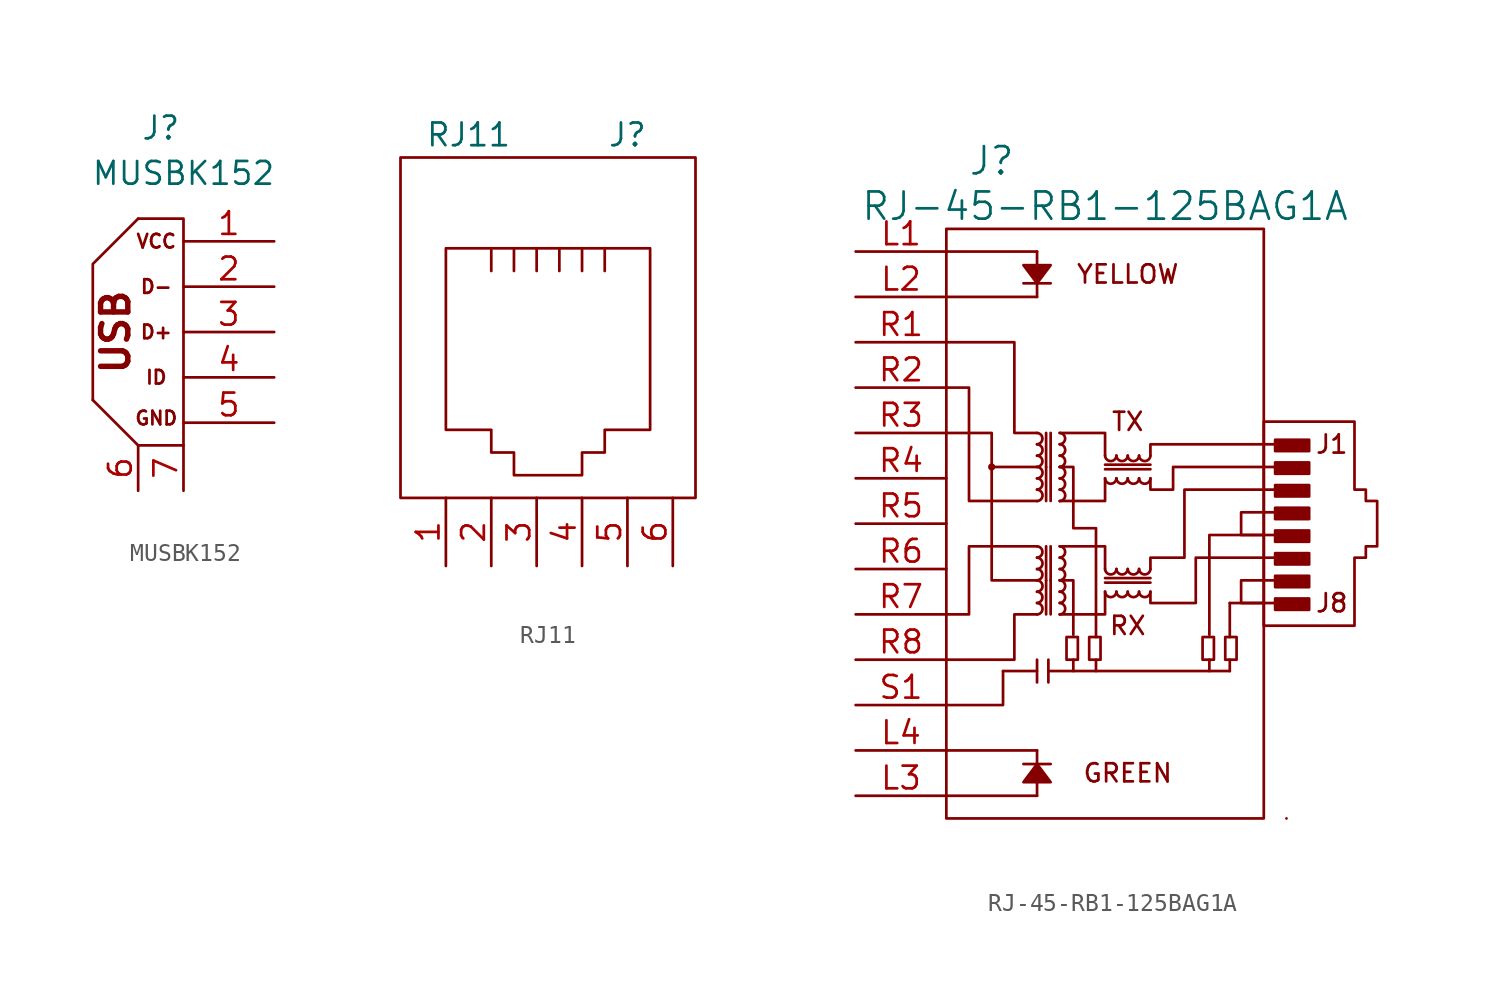
<source format=kicad_sym>
(kicad_symbol_lib
  (version 20231120)
  (generator "kicad_symbol_editor")
  (generator_version "8.0")
  (symbol "MUSBK152"
    (pin_names
      (offset 1.016) hide)
    (property "Reference" "J"
      (at -1.27 11.43 0)
      (effects (font (size 1.27 1.27))))
    (property "Value" "MUSBK152"
      (at 0 8.89 0)
      (effects (font (size 1.27 1.27))))
    (symbol "MUSBK152_0_0"
      (text "D+" (at -1.524 0 0) (effects (font (size 0.762 0.762))))
      (text "D-" (at -1.524 2.54 0) (effects (font (size 0.762 0.762))))
      (text "GND" (at -1.524 -4.826 0) (effects (font (size 0.762 0.762))))
      (text "ID" (at -1.524 -2.54 0) (effects (font (size 0.762 0.762))))
      (text "VCC" (at -1.524 5.08 0) (effects (font (size 0.762 0.762)))))
    (symbol "MUSBK152_1_1"
      (polyline (pts (xy -2.54 6.35) (xy -5.08 3.81) (xy -5.08 -3.81)) (stroke (width 0) (type default)) (fill (type none)))
      (polyline (pts (xy -2.54 6.35) (xy 0 6.35) (xy 0 -3.81) (xy 0 -6.35) (xy -2.54 -6.35) (xy -5.08 -3.81)) (stroke (width 0) (type default)) (fill (type none)))
      (text "USB" (at -3.81 0 900) (effects (font (size 1.524 1.524) (bold yes))))
      (pin input line (at 5.08 5.08 180) (length 5.08) (name "~" (effects (font (size 1.27 1.27)))) (number "1" (effects (font (size 1.27 1.27)))))
      (pin input line (at 5.08 2.54 180) (length 5.08) (name "~" (effects (font (size 1.27 1.27)))) (number "2" (effects (font (size 1.27 1.27)))))
      (pin input line (at 5.08 0 180) (length 5.08) (name "~" (effects (font (size 1.27 1.27)))) (number "3" (effects (font (size 1.27 1.27)))))
      (pin input line (at 5.08 -2.54 180) (length 5.08) (name "~" (effects (font (size 1.27 1.27)))) (number "4" (effects (font (size 1.27 1.27)))))
      (pin input line (at 5.08 -5.08 180) (length 5.08) (name "~" (effects (font (size 1.27 1.27)))) (number "5" (effects (font (size 1.27 1.27)))))
      (pin input line (at -2.54 -8.89 90) (length 2.54) (name "SH" (effects (font (size 1.27 1.27)))) (number "6" (effects (font (size 1.27 1.27)))))
      (pin input line (at 0 -8.89 90) (length 2.54) (name "SH" (effects (font (size 1.27 1.27)))) (number "7" (effects (font (size 1.27 1.27)))))))
  (symbol "RJ11"
    (pin_names
      (offset 1.016))
    (property "Reference" "J"
      (at 5.08 12.7 0)
      (effects (font (size 1.27 1.27))))
    (property "Value" "RJ11"
      (at -3.81 12.7 0)
      (effects (font (size 1.27 1.27))))
    (property "Footprint" ""
      (at 0 0 0)
      (effects (font (size 1.27 1.27))))
    (property "Datasheet" ""
      (at 0 0 0)
      (effects (font (size 1.27 1.27))))
    (symbol "RJ11_0_1"
      (polyline (pts (xy -2.54 6.35) (xy -2.54 5.08) (xy -2.54 5.08)) (stroke (width 0) (type default)) (fill (type none)))
      (polyline (pts (xy -1.27 6.35) (xy -1.27 5.08) (xy -1.27 5.08)) (stroke (width 0) (type default)) (fill (type none)))
      (polyline (pts (xy 0 6.35) (xy 0 5.08) (xy 0 5.08)) (stroke (width 0) (type default)) (fill (type none)))
      (polyline (pts (xy 1.27 6.35) (xy 1.27 5.08) (xy 1.27 5.08)) (stroke (width 0) (type default)) (fill (type none)))
      (polyline (pts (xy 2.54 6.35) (xy 2.54 5.08) (xy 2.54 5.08)) (stroke (width 0) (type default)) (fill (type none)))
      (polyline (pts (xy 3.81 5.08) (xy 3.81 6.35) (xy 3.81 6.35)) (stroke (width 0) (type default)) (fill (type none)))
      (polyline (pts (xy -5.08 6.35) (xy 6.35 6.35) (xy 6.35 -3.81) (xy 3.81 -3.81) (xy 3.81 -5.08) (xy 2.54 -5.08) (xy 2.54 -6.35) (xy -1.27 -6.35) (xy -1.27 -5.08) (xy -2.54 -5.08) (xy -2.54 -3.81) (xy -5.08 -3.81) (xy -5.08 6.35) (xy -5.08 6.35)) (stroke (width 0) (type default)) (fill (type none)))
      (rectangle (start 8.89 -7.62) (end -7.62 11.43) (stroke (width 0) (type default)) (fill (type none))))
    (symbol "RJ11_1_1"
      (pin passive line (at -5.08 -11.43 90) (length 3.81) (name "~" (effects (font (size 1.27 1.27)))) (number "1" (effects (font (size 1.27 1.27)))))
      (pin passive line (at -2.54 -11.43 90) (length 3.81) (name "~" (effects (font (size 1.27 1.27)))) (number "2" (effects (font (size 1.27 1.27)))))
      (pin passive line (at 0 -11.43 90) (length 3.81) (name "~" (effects (font (size 1.27 1.27)))) (number "3" (effects (font (size 1.27 1.27)))))
      (pin passive line (at 2.54 -11.43 90) (length 3.81) (name "~" (effects (font (size 1.27 1.27)))) (number "4" (effects (font (size 1.27 1.27)))))
      (pin passive line (at 5.08 -11.43 90) (length 3.81) (name "~" (effects (font (size 1.27 1.27)))) (number "5" (effects (font (size 1.27 1.27)))))
      (pin passive line (at 7.62 -11.43 90) (length 3.81) (name "~" (effects (font (size 1.27 1.27)))) (number "6" (effects (font (size 1.27 1.27)))))))
  (symbol "RJ-45-RB1-125BAG1A"
    (pin_names
      (offset 1.016) hide)
    (property "Reference" "J"
      (at -6.35 20.32 0)
      (effects (font (size 1.524 1.524))))
    (property "Value" "RJ-45-RB1-125BAG1A"
      (at 0 17.78 0)
      (effects (font (size 1.524 1.524))))
    (property "Footprint" ""
      (at -6.35 -0.635 0)
      (effects (font (size 1.524 1.524))))
    (property "Datasheet" ""
      (at -6.35 -0.635 0)
      (effects (font (size 1.524 1.524))))
    (symbol "RJ-45-RB1-125BAG1A_0_0"
      (rectangle (start -8.89 16.51) (end 8.89 -16.51) (stroke (width 0) (type default)) (fill (type none)))
      (polyline (pts (xy -8.89 -15.24) (xy -3.81 -15.24)) (stroke (width 0) (type default)) (fill (type none)))
      (polyline (pts (xy -8.89 -12.7) (xy -3.81 -12.7)) (stroke (width 0) (type default)) (fill (type none)))
      (polyline (pts (xy -8.89 15.24) (xy -3.81 15.24)) (stroke (width 0) (type default)) (fill (type none)))
      (polyline (pts (xy -3.81 -15.24) (xy -3.81 -12.7)) (stroke (width 0) (type default)) (fill (type none)))
      (polyline (pts (xy -3.81 12.7) (xy -8.89 12.7)) (stroke (width 0) (type default)) (fill (type none)))
      (polyline (pts (xy -3.81 15.24) (xy -3.81 12.7)) (stroke (width 0) (type default)) (fill (type none)))
      (polyline (pts (xy -3.048 -13.462) (xy -4.572 -13.462)) (stroke (width 0) (type default)) (fill (type none)))
      (polyline (pts (xy -3.048 13.462) (xy -4.572 13.462)) (stroke (width 0) (type default)) (fill (type none)))
      (polyline (pts (xy 8.89 -4.445) (xy 6.985 -4.445)) (stroke (width 0) (type default)) (fill (type none)))
      (polyline (pts (xy -3.048 -14.478) (xy -4.572 -14.478) (xy -3.81 -13.462) (xy -3.048 -14.478)) (stroke (width 0) (type default)) (fill (type outline)))
      (polyline (pts (xy -3.048 14.478) (xy -4.572 14.478) (xy -3.81 13.462) (xy -3.048 14.478)) (stroke (width 0) (type default)) (fill (type outline)))
      (polyline (pts (xy 8.89 5.715) (xy 13.97 5.715) (xy 13.97 1.905) (xy 14.605 1.905) (xy 14.605 1.27) (xy 15.24 1.27) (xy 15.24 -1.27) (xy 14.605 -1.27) (xy 14.605 -1.905) (xy 13.97 -1.905) (xy 13.97 -5.715) (xy 8.89 -5.715) (xy 8.89 5.715)) (stroke (width 0) (type default)) (fill (type none)))
      (rectangle (start 10.16 -16.51) (end 10.16 -16.51) (stroke (width 0) (type default)) (fill (type none)))
      (text "GREEN" (at 1.27 -13.97 0) (effects (font (size 1.016 1.016))))
      (text "J1" (at 12.7 4.445 0) (effects (font (size 1.016 1.016))))
      (text "J8" (at 12.7 -4.445 0) (effects (font (size 1.016 1.016))))
      (text "RX" (at 1.27 -5.715 0) (effects (font (size 1.016 1.016))))
      (text "TX" (at 1.27 5.715 0) (effects (font (size 1.016 1.016))))
      (text "YELLOW" (at 1.27 13.97 0) (effects (font (size 1.016 1.016)))))
    (symbol "RJ-45-RB1-125BAG1A_0_1"
      (circle (center -6.35 3.175) (radius 0.127) (stroke (width 0) (type default)) (fill (type none)))
      (arc (start -3.81 -5.08) (mid -3.5052 -4.7752) (end -3.81 -4.445) (stroke (width 0) (type default)) (fill (type none)))
      (arc (start -3.81 -4.445) (mid -3.5052 -4.1402) (end -3.81 -3.81) (stroke (width 0) (type default)) (fill (type none)))
      (arc (start -3.81 -3.81) (mid -3.5052 -3.5052) (end -3.81 -3.175) (stroke (width 0) (type default)) (fill (type none)))
      (arc (start -3.81 -3.175) (mid -3.5052 -2.8702) (end -3.81 -2.54) (stroke (width 0) (type default)) (fill (type none)))
      (arc (start -3.81 -2.54) (mid -3.5052 -2.2352) (end -3.81 -1.905) (stroke (width 0) (type default)) (fill (type none)))
      (arc (start -3.81 -1.905) (mid -3.5052 -1.6002) (end -3.81 -1.27) (stroke (width 0) (type default)) (fill (type none)))
      (arc (start -3.81 1.27) (mid -3.5052 1.5748) (end -3.81 1.905) (stroke (width 0) (type default)) (fill (type none)))
      (arc (start -3.81 1.905) (mid -3.5052 2.2098) (end -3.81 2.54) (stroke (width 0) (type default)) (fill (type none)))
      (arc (start -3.81 2.54) (mid -3.5052 2.8448) (end -3.81 3.175) (stroke (width 0) (type default)) (fill (type none)))
      (arc (start -3.81 3.175) (mid -3.5052 3.4798) (end -3.81 3.81) (stroke (width 0) (type default)) (fill (type none)))
      (arc (start -3.81 3.81) (mid -3.5052 4.1148) (end -3.81 4.445) (stroke (width 0) (type default)) (fill (type none)))
      (arc (start -3.81 4.445) (mid -3.5052 4.7498) (end -3.81 5.08) (stroke (width 0) (type default)) (fill (type none)))
      (arc (start -2.54 -5.08) (mid -2.2349 -4.7625) (end -2.54 -4.445) (stroke (width 0) (type default)) (fill (type none)))
      (arc (start -2.54 -4.445) (mid -2.2349 -4.1275) (end -2.54 -3.81) (stroke (width 0) (type default)) (fill (type none)))
      (arc (start -2.54 -3.81) (mid -2.2349 -3.4925) (end -2.54 -3.175) (stroke (width 0) (type default)) (fill (type none)))
      (arc (start -2.54 -3.175) (mid -2.2349 -2.8575) (end -2.54 -2.54) (stroke (width 0) (type default)) (fill (type none)))
      (arc (start -2.54 -2.54) (mid -2.2349 -2.2225) (end -2.54 -1.905) (stroke (width 0) (type default)) (fill (type none)))
      (arc (start -2.54 -1.905) (mid -2.2349 -1.5875) (end -2.54 -1.27) (stroke (width 0) (type default)) (fill (type none)))
      (arc (start -2.54 1.27) (mid -2.2349 1.5875) (end -2.54 1.905) (stroke (width 0) (type default)) (fill (type none)))
      (arc (start -2.54 1.905) (mid -2.2349 2.2225) (end -2.54 2.54) (stroke (width 0) (type default)) (fill (type none)))
      (arc (start -2.54 2.54) (mid -2.2349 2.8575) (end -2.54 3.175) (stroke (width 0) (type default)) (fill (type none)))
      (arc (start -2.54 3.175) (mid -2.2349 3.4925) (end -2.54 3.81) (stroke (width 0) (type default)) (fill (type none)))
      (arc (start -2.54 3.81) (mid -2.2349 4.1275) (end -2.54 4.445) (stroke (width 0) (type default)) (fill (type none)))
      (arc (start -2.54 4.445) (mid -2.2349 4.7625) (end -2.54 5.08) (stroke (width 0) (type default)) (fill (type none)))
      (rectangle (start -2.159 -6.35) (end -1.524 -7.62) (stroke (width 0) (type default)) (fill (type none)))
      (rectangle (start -0.889 -6.35) (end -0.254 -7.62) (stroke (width 0) (type default)) (fill (type none)))
      (arc (start 0 -3.81) (mid 0.3175 -4.1151) (end 0.635 -3.81) (stroke (width 0) (type default)) (fill (type none)))
      (arc (start 0 -2.54) (mid 0.3048 -2.8448) (end 0.635 -2.54) (stroke (width 0) (type default)) (fill (type none)))
      (polyline (pts (xy -3.81 -8.89) (xy -3.81 -7.62)) (stroke (width 0) (type default)) (fill (type none)))
      (polyline (pts (xy -3.81 -8.255) (xy -5.715 -8.255)) (stroke (width 0) (type default)) (fill (type none)))
      (polyline (pts (xy -3.81 3.175) (xy -6.35 3.175)) (stroke (width 0) (type default)) (fill (type none)))
      (polyline (pts (xy -3.302 -5.08) (xy -3.302 -3.175)) (stroke (width 0) (type default)) (fill (type none)))
      (polyline (pts (xy -3.302 -3.175) (xy -3.302 -1.27)) (stroke (width 0) (type default)) (fill (type none)))
      (polyline (pts (xy -3.302 1.27) (xy -3.302 3.175)) (stroke (width 0) (type default)) (fill (type none)))
      (polyline (pts (xy -3.302 3.175) (xy -3.302 5.08)) (stroke (width 0) (type default)) (fill (type none)))
      (polyline (pts (xy -3.175 -7.62) (xy -3.175 -8.89)) (stroke (width 0) (type default)) (fill (type none)))
      (polyline (pts (xy -3.048 -3.175) (xy -3.048 -5.08)) (stroke (width 0) (type default)) (fill (type none)))
      (polyline (pts (xy -3.048 -1.27) (xy -3.048 -3.175)) (stroke (width 0) (type default)) (fill (type none)))
      (polyline (pts (xy -3.048 3.175) (xy -3.048 1.27)) (stroke (width 0) (type default)) (fill (type none)))
      (polyline (pts (xy -3.048 5.08) (xy -3.048 3.175)) (stroke (width 0) (type default)) (fill (type none)))
      (polyline (pts (xy -1.778 -7.62) (xy -1.778 -8.255)) (stroke (width 0) (type default)) (fill (type none)))
      (polyline (pts (xy -0.508 -7.62) (xy -0.508 -8.255)) (stroke (width 0) (type default)) (fill (type none)))
      (polyline (pts (xy 0 -3.048) (xy 2.54 -3.048)) (stroke (width 0) (type default)) (fill (type none)))
      (polyline (pts (xy 0 3.302) (xy 2.54 3.302)) (stroke (width 0) (type default)) (fill (type none)))
      (polyline (pts (xy 2.54 -3.302) (xy 0 -3.302)) (stroke (width 0) (type default)) (fill (type none)))
      (polyline (pts (xy 2.54 3.048) (xy 0 3.048)) (stroke (width 0) (type default)) (fill (type none)))
      (polyline (pts (xy 5.842 -7.62) (xy 5.842 -8.255)) (stroke (width 0) (type default)) (fill (type none)))
      (polyline (pts (xy 6.985 -8.255) (xy -3.175 -8.255)) (stroke (width 0) (type default)) (fill (type none)))
      (polyline (pts (xy 6.985 -8.255) (xy 6.985 -7.62)) (stroke (width 0) (type default)) (fill (type none)))
      (polyline (pts (xy 6.985 -4.445) (xy 6.985 -6.35)) (stroke (width 0) (type default)) (fill (type none)))
      (polyline (pts (xy -8.89 -10.16) (xy -5.715 -10.16) (xy -5.715 -8.255)) (stroke (width 0) (type default)) (fill (type none)))
      (polyline (pts (xy -2.54 -5.08) (xy 0 -5.08) (xy 0 -3.81)) (stroke (width 0) (type default)) (fill (type none)))
      (polyline (pts (xy -2.54 -3.175) (xy -1.778 -3.175) (xy -1.778 -6.223)) (stroke (width 0) (type default)) (fill (type none)))
      (polyline (pts (xy -2.54 1.27) (xy 0 1.27) (xy 0 2.54)) (stroke (width 0) (type default)) (fill (type none)))
      (polyline (pts (xy 0 -2.54) (xy 0 -1.27) (xy -2.54 -1.27)) (stroke (width 0) (type default)) (fill (type none)))
      (polyline (pts (xy 0 3.81) (xy 0 5.08) (xy -2.54 5.08)) (stroke (width 0) (type default)) (fill (type none)))
      (polyline (pts (xy 2.54 3.81) (xy 2.54 4.445) (xy 10.795 4.445)) (stroke (width 0) (type default)) (fill (type none)))
      (polyline (pts (xy 5.842 -6.223) (xy 5.842 -0.635) (xy 8.89 -0.635)) (stroke (width 0) (type default)) (fill (type none)))
      (polyline (pts (xy -3.81 -5.08) (xy -5.08 -5.08) (xy -5.08 -7.62) (xy -8.89 -7.62)) (stroke (width 0) (type default)) (fill (type none)))
      (polyline (pts (xy -3.81 -3.175) (xy -6.35 -3.175) (xy -6.35 5.08) (xy -8.89 5.08)) (stroke (width 0) (type default)) (fill (type none)))
      (polyline (pts (xy -3.81 -1.27) (xy -7.62 -1.27) (xy -7.62 -5.08) (xy -8.89 -5.08)) (stroke (width 0) (type default)) (fill (type none)))
      (polyline (pts (xy -3.81 1.27) (xy -7.62 1.27) (xy -7.62 7.62) (xy -8.89 7.62)) (stroke (width 0) (type default)) (fill (type none)))
      (polyline (pts (xy -3.81 5.08) (xy -5.08 5.08) (xy -5.08 10.16) (xy -8.89 10.16)) (stroke (width 0) (type default)) (fill (type none)))
      (polyline (pts (xy 9.525 -3.175) (xy 7.62 -3.175) (xy 7.62 -4.445) (xy 9.525 -4.445)) (stroke (width 0) (type default)) (fill (type none)))
      (polyline (pts (xy -0.508 -6.35) (xy -0.508 -0.254) (xy -1.778 -0.254) (xy -1.778 3.175) (xy -2.54 3.175)) (stroke (width 0) (type default)) (fill (type none)))
      (polyline (pts (xy 2.54 -3.81) (xy 2.54 -4.445) (xy 5.08 -4.445) (xy 5.08 -1.905) (xy 10.795 -1.905)) (stroke (width 0) (type default)) (fill (type none)))
      (polyline (pts (xy 9.525 0.635) (xy 7.62 0.635) (xy 7.62 0) (xy 7.62 -0.635) (xy 9.525 -0.635)) (stroke (width 0) (type default)) (fill (type none)))
      (polyline (pts (xy 2.54 -2.54) (xy 2.54 -1.905) (xy 3.81 -1.905) (xy 4.445 -1.905) (xy 4.445 1.905) (xy 10.795 1.905)) (stroke (width 0) (type default)) (fill (type none)))
      (polyline (pts (xy 2.54 2.54) (xy 2.54 1.905) (xy 3.81 1.905) (xy 3.81 3.175) (xy 4.445 3.175) (xy 10.795 3.175)) (stroke (width 0) (type default)) (fill (type none)))
      (arc (start 0 2.54) (mid 0.3175 2.2349) (end 0.635 2.54) (stroke (width 0) (type default)) (fill (type none)))
      (arc (start 0 3.81) (mid 0.3048 3.5052) (end 0.635 3.81) (stroke (width 0) (type default)) (fill (type none)))
      (arc (start 0.635 -3.81) (mid 0.9525 -4.1151) (end 1.27 -3.81) (stroke (width 0) (type default)) (fill (type none)))
      (arc (start 0.635 -2.54) (mid 0.9398 -2.8448) (end 1.27 -2.54) (stroke (width 0) (type default)) (fill (type none)))
      (arc (start 0.635 2.54) (mid 0.9525 2.2349) (end 1.27 2.54) (stroke (width 0) (type default)) (fill (type none)))
      (arc (start 0.635 3.81) (mid 0.9398 3.5052) (end 1.27 3.81) (stroke (width 0) (type default)) (fill (type none)))
      (arc (start 1.27 -3.81) (mid 1.5875 -4.1151) (end 1.905 -3.81) (stroke (width 0) (type default)) (fill (type none)))
      (arc (start 1.27 -2.54) (mid 1.5748 -2.8448) (end 1.905 -2.54) (stroke (width 0) (type default)) (fill (type none)))
      (arc (start 1.27 2.54) (mid 1.5875 2.2349) (end 1.905 2.54) (stroke (width 0) (type default)) (fill (type none)))
      (arc (start 1.27 3.81) (mid 1.5748 3.5052) (end 1.905 3.81) (stroke (width 0) (type default)) (fill (type none)))
      (arc (start 1.905 -3.81) (mid 2.2225 -4.1151) (end 2.54 -3.81) (stroke (width 0) (type default)) (fill (type none)))
      (arc (start 1.905 -2.54) (mid 2.2098 -2.8448) (end 2.54 -2.54) (stroke (width 0) (type default)) (fill (type none)))
      (arc (start 1.905 2.54) (mid 2.2225 2.2349) (end 2.54 2.54) (stroke (width 0) (type default)) (fill (type none)))
      (arc (start 1.905 3.81) (mid 2.2098 3.5052) (end 2.54 3.81) (stroke (width 0) (type default)) (fill (type none)))
      (rectangle (start 5.461 -6.35) (end 6.096 -7.62) (stroke (width 0) (type default)) (fill (type none)))
      (rectangle (start 6.731 -6.35) (end 7.366 -7.62) (stroke (width 0) (type default)) (fill (type none)))
      (rectangle (start 9.525 -4.191) (end 11.43 -4.826) (stroke (width 0) (type default)) (fill (type outline)))
      (rectangle (start 9.525 -2.921) (end 11.43 -3.556) (stroke (width 0) (type default)) (fill (type outline)))
      (rectangle (start 9.525 -1.651) (end 11.43 -2.286) (stroke (width 0) (type default)) (fill (type outline)))
      (rectangle (start 9.525 -0.381) (end 11.43 -1.016) (stroke (width 0) (type default)) (fill (type outline)))
      (rectangle (start 9.525 0.889) (end 11.43 0.254) (stroke (width 0) (type default)) (fill (type outline)))
      (rectangle (start 9.525 2.159) (end 11.43 1.524) (stroke (width 0) (type default)) (fill (type outline)))
      (rectangle (start 9.525 3.429) (end 11.43 2.794) (stroke (width 0) (type default)) (fill (type outline)))
      (rectangle (start 9.525 4.699) (end 11.43 4.064) (stroke (width 0) (type default)) (fill (type outline))))
    (symbol "RJ-45-RB1-125BAG1A_1_1"
      (pin input line (at -13.97 15.24 0) (length 5.08) (name "LEDYA" (effects (font (size 1.27 1.27)))) (number "L1" (effects (font (size 1.27 1.27)))))
      (pin input line (at -13.97 12.7 0) (length 5.08) (name "LEDYK" (effects (font (size 1.27 1.27)))) (number "L2" (effects (font (size 1.27 1.27)))))
      (pin input line (at -13.97 -15.24 0) (length 5.08) (name "LEDGA" (effects (font (size 1.27 1.27)))) (number "L3" (effects (font (size 1.27 1.27)))))
      (pin input line (at -13.97 -12.7 0) (length 5.08) (name "LEDGK" (effects (font (size 1.27 1.27)))) (number "L4" (effects (font (size 1.27 1.27)))))
      (pin input line (at -13.97 10.16 0) (length 5.08) (name "T+" (effects (font (size 1.27 1.27)))) (number "R1" (effects (font (size 1.27 1.27)))))
      (pin input line (at -13.97 7.62 0) (length 5.08) (name "T-" (effects (font (size 1.27 1.27)))) (number "R2" (effects (font (size 1.27 1.27)))))
      (pin input line (at -13.97 5.08 0) (length 5.08) (name "CT" (effects (font (size 1.27 1.27)))) (number "R3" (effects (font (size 1.27 1.27)))))
      (pin input line (at -13.97 2.54 0) (length 5.08) (name "NC" (effects (font (size 1.27 1.27)))) (number "R4" (effects (font (size 1.27 1.27)))))
      (pin input line (at -13.97 0 0) (length 5.08) (name "NC" (effects (font (size 1.27 1.27)))) (number "R5" (effects (font (size 1.27 1.27)))))
      (pin input line (at -13.97 -2.54 0) (length 5.08) (name "NC" (effects (font (size 1.27 1.27)))) (number "R6" (effects (font (size 1.27 1.27)))))
      (pin input line (at -13.97 -5.08 0) (length 5.08) (name "R+" (effects (font (size 1.27 1.27)))) (number "R7" (effects (font (size 1.27 1.27)))))
      (pin input line (at -13.97 -7.62 0) (length 5.08) (name "R-" (effects (font (size 1.27 1.27)))) (number "R8" (effects (font (size 1.27 1.27)))))
      (pin input line (at -13.97 -10.16 0) (length 5.08) (name "SH" (effects (font (size 1.27 1.27)))) (number "S1" (effects (font (size 1.27 1.27))))))))
</source>
